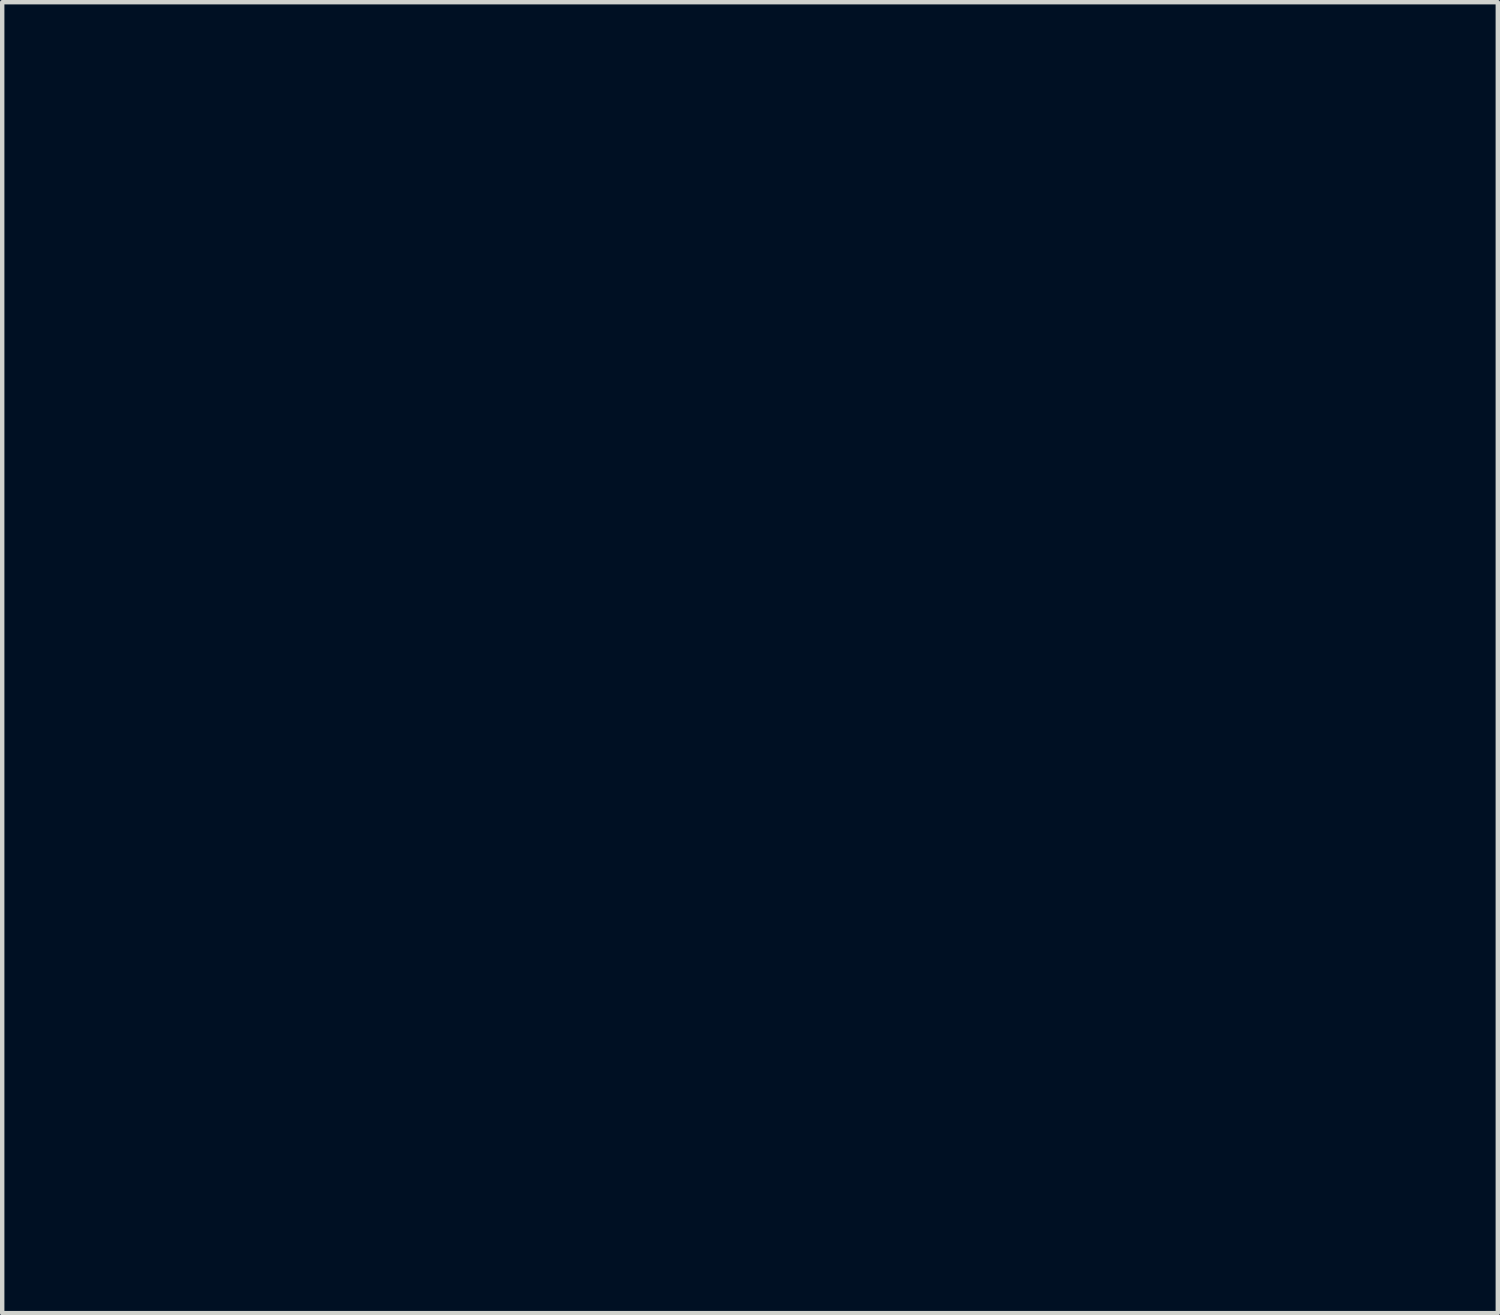
<source format=kicad_pcb>
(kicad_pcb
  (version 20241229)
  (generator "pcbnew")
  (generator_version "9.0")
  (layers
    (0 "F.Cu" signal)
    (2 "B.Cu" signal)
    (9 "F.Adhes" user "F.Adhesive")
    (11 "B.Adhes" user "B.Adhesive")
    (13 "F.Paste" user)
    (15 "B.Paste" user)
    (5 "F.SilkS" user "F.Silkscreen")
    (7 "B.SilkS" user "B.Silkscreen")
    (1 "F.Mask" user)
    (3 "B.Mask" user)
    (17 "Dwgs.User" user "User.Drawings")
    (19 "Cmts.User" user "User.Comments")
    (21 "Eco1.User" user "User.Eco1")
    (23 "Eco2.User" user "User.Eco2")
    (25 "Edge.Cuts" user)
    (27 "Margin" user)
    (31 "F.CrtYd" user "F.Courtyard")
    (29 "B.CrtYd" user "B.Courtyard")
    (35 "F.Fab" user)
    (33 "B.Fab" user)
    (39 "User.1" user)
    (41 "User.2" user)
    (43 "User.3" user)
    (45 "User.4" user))
  (footprint "amatelus73"
    (layer "F.Cu")
    (at 14.231 11.71)
    (property "Reference" "amatelus73" (at 0 0 0) (layer "F.Mask") (effects (font (size 1.524 1.524) (thickness 0.3))))
    (attr through_hole)
    (fp_poly (pts (xy 1.23 1.508) (xy 1.627 1.508) (xy 1.627 1.905) (xy 1.3 1.905) (xy 0.972 1.904) (xy 0.883 1.766) (xy 0.862 1.732) (xy 0.844 1.697) (xy 0.83 1.654) (xy 0.819 1.594) (xy 0.81 1.511) (xy 0.804 1.397) (xy 0.799 1.245) (xy 0.796 1.048) (xy 0.795 0.798) (xy 0.794 0.488) (xy 0.794 0.11) (xy 0.794 -0.158) (xy 0.794 -1.945) (xy 1.23 -1.945) (xy 1.23 1.508)) (stroke (width 0.01) (type solid)) (fill yes) (layer "F.Mask"))
    (fp_poly (pts (xy 10.795 -1.288) (xy 10.795 -1.053) (xy 10.792 -0.884) (xy 10.785 -0.765) (xy 10.772 -0.683) (xy 10.751 -0.623) (xy 10.719 -0.571) (xy 10.691 -0.533) (xy 10.587 -0.397) (xy 10.795 -0.397) (xy 10.795 1.905) (xy 9.287 1.905) (xy 9.287 1.508) (xy 10.358 1.508) (xy 10.358 -0.318) (xy 9.366 -0.318) (xy 9.366 -0.714) (xy 10.358 -0.714) (xy 10.358 -1.508) (xy 9.243 -1.508) (xy 9.255 -1.697) (xy 9.267 -1.885) (xy 10.031 -1.896) (xy 10.795 -1.907) (xy 10.795 -1.288)) (stroke (width 0.01) (type solid)) (fill yes) (layer "F.Mask"))
    (fp_poly (pts (xy -2.619 -1.111) (xy -2.064 -1.111) (xy -2.064 -0.714) (xy -2.619 -0.714) (xy -2.619 0.32) (xy -2.618 0.654) (xy -2.613 0.937) (xy -2.606 1.163) (xy -2.596 1.325) (xy -2.583 1.417) (xy -2.578 1.431) (xy -2.542 1.474) (xy -2.477 1.498) (xy -2.364 1.507) (xy -2.281 1.508) (xy -2.024 1.508) (xy -2.024 1.905) (xy -2.732 1.905) (xy -2.874 1.711) (xy -3.016 1.517) (xy -3.016 -0.714) (xy -3.373 -0.714) (xy -3.373 -1.111) (xy -3.016 -1.111) (xy -3.016 -1.865) (xy -2.619 -1.865) (xy -2.619 -1.111)) (stroke (width 0.01) (type solid)) (fill yes) (layer "F.Mask"))
    (fp_poly (pts (xy 2.66 0.208) (xy 2.661 0.511) (xy 2.664 0.789) (xy 2.669 1.032) (xy 2.675 1.231) (xy 2.682 1.374) (xy 2.69 1.451) (xy 2.693 1.461) (xy 2.76 1.496) (xy 2.893 1.501) (xy 2.901 1.501) (xy 3.076 1.488) (xy 3.273 1.131) (xy 3.471 0.774) (xy 3.484 -0.109) (xy 3.497 -0.992) (xy 3.889 -0.992) (xy 3.889 1.945) (xy 3.493 1.945) (xy 3.491 1.736) (xy 3.489 1.528) (xy 3.391 1.716) (xy 3.293 1.905) (xy 2.906 1.903) (xy 2.52 1.902) (xy 2.262 1.551) (xy 2.262 -0.992) (xy 2.659 -0.992) (xy 2.66 0.208)) (stroke (width 0.01) (type solid)) (fill yes) (layer "F.Mask"))
    (fp_poly (pts (xy -9.948 -1.38) (xy -9.722 -0.853) (xy -9.723 0.526) (xy -9.723 1.905) (xy -10.16 1.905) (xy -10.16 0.159) (xy -11.113 0.159) (xy -11.113 1.905) (xy -11.509 1.905) (xy -11.508 -0.552) (xy -11.113 -0.552) (xy -11.109 -0.415) (xy -11.099 -0.311) (xy -11.086 -0.265) (xy -11.038 -0.254) (xy -10.928 -0.245) (xy -10.772 -0.24) (xy -10.61 -0.238) (xy -10.16 -0.238) (xy -10.16 -0.532) (xy -10.166 -0.705) (xy -10.19 -0.851) (xy -10.239 -1.005) (xy -10.293 -1.137) (xy -10.425 -1.449) (xy -10.821 -1.472) (xy -10.967 -1.143) (xy -11.043 -0.959) (xy -11.088 -0.815) (xy -11.109 -0.679) (xy -11.113 -0.552) (xy -11.508 -0.552) (xy -11.508 -0.933) (xy -11.091 -1.885) (xy -10.633 -1.896) (xy -10.175 -1.907) (xy -9.948 -1.38)) (stroke (width 0.01) (type solid)) (fill yes) (layer "F.Mask"))
    (fp_poly (pts (xy 0.198 -0.563) (xy 0.198 0.437) (xy -1.072 0.437) (xy -1.072 0.741) (xy -1.069 0.903) (xy -1.054 1.018) (xy -1.018 1.116) (xy -0.953 1.229) (xy -0.923 1.276) (xy -0.774 1.507) (xy -0.327 1.508) (xy 0.119 1.508) (xy 0.119 1.945) (xy -0.946 1.945) (xy -1.207 1.568) (xy -1.468 1.191) (xy -1.468 -0.115) (xy -1.072 -0.115) (xy -1.072 0.082) (xy -0.179 0.06) (xy -0.167 -0.15) (xy -0.167 -0.293) (xy -0.193 -0.392) (xy -0.246 -0.475) (xy -0.3 -0.536) (xy -0.357 -0.571) (xy -0.441 -0.587) (xy -0.575 -0.593) (xy -0.621 -0.593) (xy -0.905 -0.595) (xy -0.988 -0.454) (xy -1.059 -0.26) (xy -1.072 -0.115) (xy -1.468 -0.115) (xy -1.468 -0.428) (xy -1.3 -0.708) (xy -1.131 -0.989) (xy -0.168 -0.992) (xy 0.198 -0.563)) (stroke (width 0.01) (type solid)) (fill yes) (layer "F.Mask"))
    (fp_poly (pts (xy 5.953 -0.598) (xy 5.467 -0.587) (xy 4.981 -0.575) (xy 4.969 -0.304) (xy 4.969 -0.137) (xy 4.985 -0.019) (xy 5.004 0.023) (xy 5.06 0.055) (xy 5.173 0.073) (xy 5.353 0.079) (xy 5.381 0.079) (xy 5.711 0.079) (xy 5.912 0.327) (xy 6.112 0.574) (xy 6.112 1.364) (xy 5.923 1.654) (xy 5.735 1.944) (xy 4.604 1.945) (xy 4.604 1.548) (xy 5.078 1.548) (xy 5.307 1.546) (xy 5.468 1.532) (xy 5.574 1.497) (xy 5.636 1.428) (xy 5.665 1.315) (xy 5.674 1.147) (xy 5.674 0.993) (xy 5.671 0.783) (xy 5.655 0.639) (xy 5.616 0.549) (xy 5.542 0.5) (xy 5.424 0.48) (xy 5.251 0.476) (xy 5.234 0.476) (xy 4.901 0.475) (xy 4.713 0.248) (xy 4.617 0.13) (xy 4.561 0.043) (xy 4.534 -0.043) (xy 4.525 -0.157) (xy 4.524 -0.278) (xy 4.526 -0.432) (xy 4.538 -0.534) (xy 4.57 -0.615) (xy 4.633 -0.7) (xy 4.706 -0.785) (xy 4.888 -0.992) (xy 5.953 -0.992) (xy 5.953 -0.598)) (stroke (width 0.01) (type solid)) (fill yes) (layer "F.Mask"))
    (fp_poly (pts (xy 8.493 -1.182) (xy 8.103 -0.641) (xy 7.972 -0.459) (xy 7.856 -0.297) (xy 7.765 -0.169) (xy 7.707 -0.085) (xy 7.689 -0.058) (xy 7.679 -0.007) (xy 7.664 0.11) (xy 7.646 0.281) (xy 7.626 0.493) (xy 7.606 0.733) (xy 7.603 0.775) (xy 7.582 1.03) (xy 7.562 1.269) (xy 7.544 1.475) (xy 7.529 1.635) (xy 7.519 1.732) (xy 7.518 1.736) (xy 7.496 1.905) (xy 7.3 1.905) (xy 7.183 1.901) (xy 7.125 1.884) (xy 7.106 1.844) (xy 7.104 1.812) (xy 7.107 1.739) (xy 7.117 1.603) (xy 7.131 1.42) (xy 7.148 1.202) (xy 7.168 0.962) (xy 7.189 0.713) (xy 7.211 0.469) (xy 7.232 0.242) (xy 7.25 0.047) (xy 7.265 -0.105) (xy 7.276 -0.198) (xy 7.28 -0.222) (xy 7.308 -0.268) (xy 7.374 -0.366) (xy 7.471 -0.504) (xy 7.59 -0.67) (xy 7.676 -0.789) (xy 7.805 -0.97) (xy 7.915 -1.135) (xy 7.998 -1.269) (xy 8.047 -1.36) (xy 8.057 -1.39) (xy 8.053 -1.419) (xy 8.034 -1.44) (xy 7.988 -1.454) (xy 7.905 -1.462) (xy 7.774 -1.467) (xy 7.582 -1.468) (xy 7.402 -1.468) (xy 6.747 -1.468) (xy 6.747 -1.865) (xy 8.493 -1.865) (xy 8.493 -1.182)) (stroke (width 0.01) (type solid)) (fill yes) (layer "F.Mask"))
    (fp_poly (pts (xy -4.925 -0.992) (xy -4.425 -0.992) (xy -4.296 -0.64) (xy -4.23 -0.446) (xy -4.19 -0.287) (xy -4.172 -0.128) (xy -4.167 0.064) (xy -4.159 0.248) (xy -4.136 0.49) (xy -4.101 0.768) (xy -4.056 1.061) (xy -4.048 1.111) (xy -4.01 1.341) (xy -3.976 1.546) (xy -3.951 1.714) (xy -3.934 1.829) (xy -3.93 1.875) (xy -3.945 1.92) (xy -4.005 1.94) (xy -4.104 1.945) (xy -4.279 1.945) (xy -4.325 1.657) (xy -4.36 1.446) (xy -4.388 1.311) (xy -4.416 1.25) (xy -4.45 1.261) (xy -4.494 1.342) (xy -4.556 1.49) (xy -4.584 1.559) (xy -4.736 1.945) (xy -5.127 1.945) (xy -5.307 1.944) (xy -5.423 1.938) (xy -5.492 1.924) (xy -5.529 1.9) (xy -5.55 1.861) (xy -5.552 1.855) (xy -5.638 1.626) (xy -5.701 1.448) (xy -5.744 1.303) (xy -5.771 1.168) (xy -5.787 1.025) (xy -5.793 0.852) (xy -5.795 0.629) (xy -5.795 0.504) (xy -5.795 -0.1) (xy -5.402 -0.1) (xy -5.389 0.575) (xy -5.382 0.842) (xy -5.372 1.043) (xy -5.359 1.191) (xy -5.34 1.298) (xy -5.315 1.379) (xy -5.306 1.401) (xy -5.254 1.497) (xy -5.201 1.538) (xy -5.117 1.542) (xy -5.095 1.54) (xy -5.036 1.533) (xy -4.991 1.515) (xy -4.951 1.475) (xy -4.907 1.399) (xy -4.851 1.277) (xy -4.775 1.095) (xy -4.759 1.056) (xy -4.679 0.86) (xy -4.624 0.713) (xy -4.59 0.595) (xy -4.572 0.481) (xy -4.565 0.349) (xy -4.564 0.176) (xy -4.564 0.163) (xy -4.571 -0.098) (xy -4.593 -0.296) (xy -4.631 -0.446) (xy -4.699 -0.635) (xy -5.152 -0.635) (xy -5.402 -0.1) (xy -5.795 -0.1) (xy -5.795 -0.179) (xy -5.61 -0.585) (xy -5.424 -0.992) (xy -4.925 -0.992)) (stroke (width 0.01) (type solid)) (fill yes) (layer "F.Mask"))
    (fp_poly (pts (xy -8.821 -1.024) (xy -8.632 -1.012) (xy -8.637 -0.853) (xy -8.637 -0.759) (xy -8.628 -0.736) (xy -8.605 -0.775) (xy -8.601 -0.783) (xy -8.545 -0.859) (xy -8.497 -0.89) (xy -8.4 -0.914) (xy -8.273 -0.939) (xy -8.138 -0.963) (xy -8.019 -0.981) (xy -7.94 -0.989) (xy -7.921 -0.988) (xy -7.897 -0.947) (xy -7.85 -0.857) (xy -7.809 -0.776) (xy -7.71 -0.579) (xy -7.629 -0.736) (xy -7.587 -0.812) (xy -7.544 -0.862) (xy -7.48 -0.895) (xy -7.377 -0.923) (xy -7.215 -0.954) (xy -7.204 -0.956) (xy -7.063 -0.984) (xy -6.964 -1) (xy -6.893 -0.996) (xy -6.836 -0.961) (xy -6.778 -0.889) (xy -6.707 -0.769) (xy -6.607 -0.593) (xy -6.592 -0.567) (xy -6.428 -0.282) (xy -6.449 1.925) (xy -6.638 1.937) (xy -6.826 1.949) (xy -6.826 0.894) (xy -6.826 0.577) (xy -6.828 0.329) (xy -6.83 0.139) (xy -6.836 -0.003) (xy -6.845 -0.108) (xy -6.858 -0.186) (xy -6.876 -0.248) (xy -6.9 -0.305) (xy -6.925 -0.356) (xy -6.991 -0.481) (xy -7.042 -0.55) (xy -7.096 -0.575) (xy -7.174 -0.572) (xy -7.212 -0.566) (xy -7.307 -0.535) (xy -7.385 -0.46) (xy -7.44 -0.376) (xy -7.471 -0.322) (xy -7.494 -0.271) (xy -7.512 -0.212) (xy -7.525 -0.135) (xy -7.533 -0.028) (xy -7.537 0.118) (xy -7.54 0.314) (xy -7.541 0.571) (xy -7.541 0.811) (xy -7.541 1.826) (xy -7.938 1.826) (xy -7.938 0.832) (xy -7.938 0.526) (xy -7.939 0.288) (xy -7.942 0.107) (xy -7.948 -0.028) (xy -7.958 -0.127) (xy -7.972 -0.201) (xy -7.992 -0.263) (xy -8.019 -0.322) (xy -8.037 -0.359) (xy -8.106 -0.478) (xy -8.166 -0.538) (xy -8.233 -0.556) (xy -8.235 -0.556) (xy -8.293 -0.544) (xy -8.344 -0.5) (xy -8.402 -0.408) (xy -8.463 -0.288) (xy -8.592 -0.02) (xy -8.612 0.953) (xy -8.632 1.925) (xy -8.821 1.937) (xy -9.009 1.949) (xy -9.009 -1.036) (xy -8.821 -1.024)) (stroke (width 0.01) (type solid)) (fill yes) (layer "F.Mask"))
    (fp_poly (pts (xy 8.124 2.947) (xy 13.752 2.957) (xy 13.553 3.076) (xy 13.355 3.195) (xy 9.909 3.215) (xy 6.462 3.235) (xy 6.914 3.612) (xy 7.246 3.888) (xy 7.582 4.169) (xy 7.917 4.45) (xy 8.245 4.724) (xy 8.56 4.988) (xy 8.855 5.236) (xy 9.125 5.463) (xy 9.362 5.663) (xy 9.562 5.831) (xy 9.717 5.963) (xy 9.822 6.053) (xy 9.862 6.088) (xy 10.021 6.231) (xy 9.704 6.116) (xy 9.585 6.072) (xy 9.425 6.013) (xy 9.221 5.935) (xy 8.967 5.838) (xy 8.661 5.72) (xy 8.298 5.579) (xy 7.873 5.414) (xy 7.383 5.224) (xy 6.823 5.006) (xy 6.787 4.992) (xy 6.167 4.751) (xy 5.617 4.537) (xy 5.134 4.349) (xy 4.713 4.186) (xy 4.351 4.046) (xy 4.043 3.927) (xy 3.787 3.829) (xy 3.579 3.75) (xy 3.414 3.688) (xy 3.288 3.642) (xy 3.199 3.611) (xy 3.142 3.592) (xy 3.113 3.586) (xy 3.108 3.586) (xy 3.118 3.627) (xy 3.154 3.738) (xy 3.216 3.919) (xy 3.302 4.164) (xy 3.411 4.471) (xy 3.543 4.838) (xy 3.695 5.26) (xy 3.867 5.736) (xy 4.059 6.261) (xy 4.268 6.833) (xy 4.493 7.449) (xy 4.563 7.64) (xy 4.785 8.246) (xy 4.98 8.781) (xy 5.148 9.244) (xy 5.289 9.636) (xy 5.402 9.956) (xy 5.489 10.203) (xy 5.547 10.377) (xy 5.578 10.477) (xy 5.582 10.504) (xy 5.572 10.498) (xy 5.546 10.47) (xy 5.5 10.419) (xy 5.434 10.34) (xy 5.344 10.232) (xy 5.228 10.09) (xy 5.083 9.912) (xy 4.907 9.695) (xy 4.697 9.436) (xy 4.452 9.132) (xy 4.168 8.779) (xy 3.843 8.375) (xy 3.474 7.916) (xy 3.06 7.4) (xy 2.838 7.124) (xy 2.47 6.667) (xy 2.15 6.269) (xy 1.873 5.927) (xy 1.639 5.638) (xy 1.443 5.399) (xy 1.284 5.207) (xy 1.159 5.059) (xy 1.066 4.952) (xy 1.002 4.882) (xy 0.964 4.847) (xy 0.953 4.842) (xy 0.945 4.849) (xy 0.934 4.874) (xy 0.921 4.924) (xy 0.903 5.003) (xy 0.88 5.117) (xy 0.85 5.273) (xy 0.813 5.476) (xy 0.767 5.732) (xy 0.712 6.047) (xy 0.645 6.426) (xy 0.567 6.875) (xy 0.534 7.064) (xy 0.429 7.668) (xy 0.337 8.2) (xy 0.256 8.666) (xy 0.185 9.074) (xy 0.123 9.431) (xy 0.069 9.741) (xy 0.021 10.013) (xy -0.021 10.252) (xy -0.059 10.466) (xy -0.093 10.66) (xy -0.125 10.842) (xy -0.157 11.017) (xy -0.184 11.172) (xy -0.242 11.484) (xy -0.292 11.733) (xy -0.333 11.917) (xy -0.364 12.032) (xy -0.385 12.076) (xy -0.395 12.045) (xy -0.396 12.029) (xy -0.402 11.979) (xy -0.419 11.859) (xy -0.445 11.678) (xy -0.48 11.443) (xy -0.522 11.163) (xy -0.57 10.847) (xy -0.623 10.503) (xy -0.653 10.303) (xy -0.72 9.87) (xy -0.792 9.396) (xy -0.868 8.9) (xy -0.944 8.404) (xy -1.017 7.928) (xy -1.083 7.493) (xy -1.13 7.183) (xy -1.216 6.618) (xy -1.292 6.128) (xy -1.357 5.716) (xy -1.412 5.38) (xy -1.456 5.123) (xy -1.489 4.942) (xy -1.512 4.84) (xy -1.521 4.816) (xy -1.535 4.82) (xy -1.567 4.847) (xy -1.619 4.899) (xy -1.694 4.981) (xy -1.795 5.095) (xy -1.924 5.244) (xy -2.085 5.432) (xy -2.28 5.662) (xy -2.512 5.938) (xy -2.784 6.261) (xy -3.098 6.637) (xy -3.457 7.067) (xy -3.853 7.541) (xy -4.262 8.032) (xy -4.624 8.465) (xy -4.941 8.844) (xy -5.215 9.173) (xy -5.451 9.454) (xy -5.65 9.692) (xy -5.816 9.889) (xy -5.952 10.049) (xy -6.06 10.176) (xy -6.144 10.272) (xy -6.206 10.342) (xy -6.249 10.389) (xy -6.277 10.416) (xy -6.291 10.426) (xy -6.295 10.426) (xy -6.296 10.419) (xy -6.292 10.4) (xy -6.28 10.365) (xy -6.26 10.308) (xy -6.23 10.225) (xy -6.187 10.112) (xy -6.131 9.964) (xy -6.058 9.775) (xy -5.968 9.542) (xy -5.859 9.26) (xy -5.728 8.925) (xy -5.575 8.53) (xy -5.396 8.073) (xy -5.192 7.548) (xy -5.119 7.362) (xy -4.879 6.745) (xy -4.665 6.199) (xy -4.478 5.717) (xy -4.315 5.297) (xy -4.174 4.935) (xy -4.054 4.625) (xy -3.953 4.364) (xy -3.87 4.148) (xy -3.803 3.972) (xy -3.751 3.833) (xy -3.712 3.726) (xy -3.684 3.647) (xy -3.665 3.592) (xy -3.655 3.556) (xy -3.651 3.536) (xy -3.651 3.533) (xy -3.685 3.529) (xy -3.773 3.55) (xy -3.897 3.592) (xy -3.899 3.593) (xy -3.998 3.63) (xy -4.16 3.69) (xy -4.374 3.769) (xy -4.628 3.863) (xy -4.912 3.967) (xy -5.213 4.078) (xy -5.358 4.131) (xy -5.717 4.263) (xy -6.11 4.407) (xy -6.515 4.557) (xy -6.911 4.702) (xy -7.276 4.837) (xy -7.58 4.949) (xy -8.004 5.106) (xy -8.426 5.261) (xy -8.836 5.411) (xy -9.223 5.552) (xy -9.577 5.68) (xy -9.886 5.791) (xy -10.139 5.882) (xy -10.292 5.935) (xy -10.421 5.976) (xy -10.513 5.998) (xy -10.55 5.996) (xy -10.55 5.994) (xy -10.517 5.961) (xy -10.429 5.885) (xy -10.295 5.771) (xy -10.12 5.627) (xy -9.914 5.458) (xy -9.683 5.271) (xy -9.625 5.224) (xy -9.156 5.224) (xy -9.114 5.219) (xy -9.022 5.19) (xy -8.946 5.161) (xy -8.864 5.13) (xy -8.717 5.074) (xy -8.516 4.999) (xy -8.269 4.908) (xy -7.988 4.804) (xy -7.681 4.691) (xy -7.382 4.581) (xy -7.018 4.447) (xy -6.632 4.306) (xy -6.243 4.163) (xy -5.867 4.024) (xy -5.521 3.897) (xy -5.225 3.788) (xy -5.1 3.742) (xy -4.715 3.6) (xy -4.398 3.484) (xy -4.141 3.393) (xy -3.937 3.324) (xy -3.779 3.277) (xy -3.66 3.249) (xy -3.572 3.239) (xy -3.509 3.245) (xy -3.463 3.266) (xy -3.427 3.3) (xy -3.395 3.346) (xy -3.393 3.349) (xy -3.369 3.39) (xy -3.357 3.434) (xy -3.359 3.491) (xy -3.377 3.574) (xy -3.416 3.693) (xy -3.476 3.858) (xy -3.562 4.081) (xy -3.611 4.207) (xy -3.692 4.416) (xy -3.793 4.676) (xy -3.906 4.967) (xy -4.022 5.264) (xy -4.132 5.547) (xy -4.135 5.556) (xy -4.253 5.859) (xy -4.389 6.208) (xy -4.531 6.572) (xy -4.668 6.924) (xy -4.785 7.223) (xy -4.944 7.633) (xy -5.078 7.974) (xy -5.186 8.254) (xy -5.273 8.478) (xy -5.34 8.653) (xy -5.389 8.784) (xy -5.423 8.879) (xy -5.445 8.941) (xy -5.456 8.979) (xy -5.458 8.998) (xy -5.457 9.003) (xy -5.448 9.004) (xy -5.43 8.992) (xy -5.4 8.963) (xy -5.351 8.91) (xy -5.279 8.828) (xy -5.18 8.712) (xy -5.05 8.556) (xy -4.883 8.356) (xy -4.674 8.106) (xy -4.421 7.8) (xy -4.4 7.775) (xy -3.964 7.249) (xy -3.576 6.781) (xy -3.232 6.368) (xy -2.929 6.006) (xy -2.666 5.692) (xy -2.439 5.424) (xy -2.244 5.197) (xy -2.081 5.008) (xy -1.944 4.854) (xy -1.832 4.733) (xy -1.742 4.639) (xy -1.671 4.571) (xy -1.615 4.525) (xy -1.573 4.498) (xy -1.541 4.486) (xy -1.528 4.485) (xy -1.451 4.488) (xy -1.389 4.503) (xy -1.34 4.539) (xy -1.299 4.606) (xy -1.263 4.713) (xy -1.228 4.868) (xy -1.19 5.082) (xy -1.145 5.363) (xy -1.133 5.437) (xy -1.013 6.218) (xy -0.904 6.924) (xy -0.807 7.561) (xy -0.72 8.13) (xy -0.644 8.638) (xy -0.577 9.087) (xy -0.533 9.386) (xy -0.493 9.654) (xy -0.455 9.898) (xy -0.422 10.107) (xy -0.395 10.267) (xy -0.376 10.369) (xy -0.369 10.398) (xy -0.358 10.405) (xy -0.343 10.377) (xy -0.322 10.309) (xy -0.296 10.195) (xy -0.262 10.03) (xy -0.22 9.81) (xy -0.168 9.529) (xy -0.107 9.182) (xy -0.034 8.764) (xy 0.003 8.553) (xy 0.12 7.875) (xy 0.226 7.272) (xy 0.319 6.74) (xy 0.403 6.275) (xy 0.476 5.875) (xy 0.539 5.534) (xy 0.595 5.25) (xy 0.642 5.02) (xy 0.682 4.838) (xy 0.715 4.703) (xy 0.742 4.609) (xy 0.765 4.554) (xy 0.778 4.536) (xy 0.82 4.507) (xy 0.859 4.487) (xy 0.9 4.48) (xy 0.946 4.49) (xy 1.003 4.521) (xy 1.074 4.577) (xy 1.163 4.664) (xy 1.274 4.783) (xy 1.411 4.941) (xy 1.579 5.141) (xy 1.781 5.386) (xy 2.021 5.682) (xy 2.304 6.033) (xy 2.56 6.35) (xy 2.956 6.842) (xy 3.306 7.276) (xy 3.611 7.653) (xy 3.874 7.979) (xy 4.098 8.255) (xy 4.285 8.485) (xy 4.438 8.672) (xy 4.56 8.82) (xy 4.652 8.931) (xy 4.719 9.009) (xy 4.761 9.056) (xy 4.783 9.077) (xy 4.786 9.078) (xy 4.776 9.039) (xy 4.741 8.934) (xy 4.684 8.77) (xy 4.608 8.555) (xy 4.516 8.297) (xy 4.411 8.004) (xy 4.295 7.683) (xy 4.242 7.539) (xy 4.01 6.903) (xy 3.805 6.338) (xy 3.623 5.839) (xy 3.465 5.402) (xy 3.328 5.023) (xy 3.212 4.699) (xy 3.114 4.425) (xy 3.034 4.197) (xy 2.969 4.011) (xy 2.919 3.863) (xy 2.881 3.748) (xy 2.856 3.664) (xy 2.84 3.605) (xy 2.834 3.576) (xy 2.836 3.43) (xy 2.897 3.337) (xy 3.013 3.301) (xy 3.095 3.305) (xy 3.161 3.323) (xy 3.293 3.367) (xy 3.482 3.435) (xy 3.721 3.522) (xy 4.001 3.627) (xy 4.314 3.746) (xy 4.653 3.875) (xy 4.943 3.988) (xy 5.55 4.224) (xy 6.087 4.433) (xy 6.558 4.616) (xy 6.968 4.776) (xy 7.32 4.912) (xy 7.619 5.028) (xy 7.869 5.124) (xy 8.074 5.202) (xy 8.238 5.265) (xy 8.365 5.312) (xy 8.46 5.347) (xy 8.526 5.37) (xy 8.568 5.383) (xy 8.59 5.388) (xy 8.596 5.388) (xy 8.573 5.358) (xy 8.502 5.29) (xy 8.393 5.194) (xy 8.303 5.118) (xy 8.095 4.943) (xy 7.865 4.749) (xy 7.621 4.543) (xy 7.373 4.332) (xy 7.131 4.126) (xy 6.903 3.931) (xy 6.699 3.755) (xy 6.527 3.607) (xy 6.398 3.494) (xy 6.321 3.424) (xy 6.32 3.424) (xy 6.229 3.331) (xy 6.168 3.255) (xy 6.152 3.221) (xy 6.129 3.209) (xy 6.06 3.199) (xy 5.938 3.191) (xy 5.76 3.185) (xy 5.521 3.181) (xy 5.217 3.177) (xy 4.842 3.176) (xy 4.393 3.175) (xy 2.611 3.175) (xy 2.407 3.359) (xy 1.974 3.697) (xy 1.505 3.969) (xy 1.009 4.173) (xy 0.493 4.311) (xy -0.035 4.383) (xy -0.567 4.387) (xy -1.096 4.325) (xy -1.614 4.196) (xy -2.114 4) (xy -2.586 3.738) (xy -3.025 3.409) (xy -3.082 3.359) (xy -3.286 3.175) (xy -5.046 3.175) (xy -6.806 3.176) (xy -6.869 3.284) (xy -6.919 3.343) (xy -7.021 3.441) (xy -7.163 3.567) (xy -7.335 3.713) (xy -7.524 3.868) (xy -7.898 4.169) (xy -8.229 4.437) (xy -8.515 4.669) (xy -8.751 4.865) (xy -8.937 5.02) (xy -9.067 5.134) (xy -9.141 5.202) (xy -9.156 5.224) (xy -9.625 5.224) (xy -9.545 5.159) (xy -9.105 4.805) (xy -8.723 4.498) (xy -8.396 4.234) (xy -8.118 4.01) (xy -7.887 3.822) (xy -7.698 3.668) (xy -7.547 3.544) (xy -7.43 3.447) (xy -7.344 3.374) (xy -7.284 3.321) (xy -7.246 3.286) (xy -7.228 3.264) (xy -7.223 3.255) (xy -7.262 3.25) (xy -7.374 3.244) (xy -7.554 3.239) (xy -7.796 3.234) (xy -8.094 3.229) (xy -8.442 3.224) (xy -8.835 3.22) (xy -9.266 3.216) (xy -9.73 3.212) (xy -10.221 3.209) (xy -10.527 3.208) (xy -11.12 3.205) (xy -11.639 3.203) (xy -12.089 3.2) (xy -12.475 3.197) (xy -12.802 3.194) (xy -13.075 3.19) (xy -13.3 3.186) (xy -13.482 3.181) (xy -13.625 3.175) (xy -13.735 3.168) (xy -13.817 3.161) (xy -13.877 3.152) (xy -13.919 3.142) (xy -13.948 3.13) (xy -13.953 3.127) (xy -14.052 3.064) (xy -14.125 3.001) (xy -14.127 2.999) (xy -14.129 2.99) (xy -14.117 2.982) (xy -14.088 2.975) (xy -14.038 2.969) (xy -13.963 2.963) (xy -13.859 2.958) (xy -13.723 2.954) (xy -13.551 2.951) (xy -13.338 2.947) (xy -13.082 2.945) (xy -12.778 2.943) (xy -12.423 2.941) (xy -12.012 2.94) (xy -11.543 2.938) (xy -11.011 2.938) (xy -10.412 2.937) (xy -9.743 2.937) (xy -9 2.937) (xy -8.672 2.937) (xy -3.166 2.937) (xy -2.942 3.13) (xy -2.478 3.48) (xy -1.977 3.76) (xy -1.443 3.969) (xy -1.2 4.037) (xy -1.005 4.071) (xy -0.753 4.093) (xy -0.469 4.104) (xy -0.174 4.103) (xy 0.108 4.09) (xy 0.356 4.066) (xy 0.525 4.036) (xy 1.02 3.882) (xy 1.485 3.669) (xy 1.932 3.389) (xy 2.251 3.142) (xy 2.497 2.937) (xy 8.124 2.947)) (stroke (width 0.01) (type solid)) (fill yes) (layer "F.Mask"))
    (fp_poly (pts (xy -0.097 -11.699) (xy -0.088 -11.657) (xy -0.067 -11.544) (xy -0.037 -11.366) (xy 0.001 -11.13) (xy 0.047 -10.844) (xy 0.099 -10.515) (xy 0.157 -10.148) (xy 0.219 -9.752) (xy 0.284 -9.334) (xy 0.351 -8.9) (xy 0.419 -8.457) (xy 0.487 -8.012) (xy 0.553 -7.573) (xy 0.618 -7.146) (xy 0.678 -6.738) (xy 0.712 -6.509) (xy 0.784 -6.028) (xy 0.848 -5.607) (xy 0.905 -5.248) (xy 0.954 -4.955) (xy 0.994 -4.731) (xy 1.024 -4.579) (xy 1.045 -4.502) (xy 1.05 -4.493) (xy 1.091 -4.5) (xy 1.149 -4.543) (xy 1.186 -4.583) (xy 1.269 -4.68) (xy 1.396 -4.829) (xy 1.562 -5.026) (xy 1.764 -5.266) (xy 1.999 -5.545) (xy 2.261 -5.858) (xy 2.548 -6.201) (xy 2.856 -6.569) (xy 3.181 -6.958) (xy 3.52 -7.364) (xy 3.52 -7.364) (xy 3.857 -7.768) (xy 4.178 -8.154) (xy 4.482 -8.517) (xy 4.764 -8.854) (xy 5.02 -9.16) (xy 5.247 -9.43) (xy 5.442 -9.662) (xy 5.6 -9.849) (xy 5.719 -9.989) (xy 5.794 -10.076) (xy 5.822 -10.106) (xy 5.822 -10.106) (xy 5.813 -10.065) (xy 5.776 -9.955) (xy 5.715 -9.783) (xy 5.631 -9.554) (xy 5.525 -9.272) (xy 5.401 -8.945) (xy 5.26 -8.577) (xy 5.104 -8.173) (xy 4.935 -7.74) (xy 4.802 -7.402) (xy 4.732 -7.223) (xy 4.638 -6.981) (xy 4.523 -6.688) (xy 4.393 -6.354) (xy 4.251 -5.992) (xy 4.103 -5.612) (xy 3.952 -5.225) (xy 3.803 -4.843) (xy 3.66 -4.477) (xy 3.528 -4.138) (xy 3.411 -3.838) (xy 3.334 -3.639) (xy 3.27 -3.469) (xy 3.22 -3.328) (xy 3.19 -3.23) (xy 3.184 -3.193) (xy 3.218 -3.198) (xy 3.309 -3.225) (xy 3.46 -3.276) (xy 3.672 -3.349) (xy 3.947 -3.447) (xy 4.287 -3.569) (xy 4.692 -3.716) (xy 5.165 -3.889) (xy 5.707 -4.088) (xy 6.321 -4.314) (xy 6.945 -4.544) (xy 7.249 -4.657) (xy 7.572 -4.775) (xy 7.892 -4.893) (xy 8.188 -5.002) (xy 8.438 -5.093) (xy 8.513 -5.12) (xy 8.766 -5.213) (xy 9.033 -5.311) (xy 9.289 -5.406) (xy 9.506 -5.487) (xy 9.58 -5.515) (xy 9.753 -5.579) (xy 9.9 -5.628) (xy 10.004 -5.659) (xy 10.049 -5.666) (xy 10.031 -5.638) (xy 9.961 -5.569) (xy 9.847 -5.465) (xy 9.698 -5.334) (xy 9.524 -5.184) (xy 9.333 -5.023) (xy 9.134 -4.858) (xy 8.937 -4.698) (xy 8.75 -4.549) (xy 8.672 -4.489) (xy 8.5 -4.352) (xy 8.309 -4.195) (xy 8.138 -4.049) (xy 8.127 -4.039) (xy 7.99 -3.92) (xy 7.862 -3.813) (xy 7.763 -3.733) (xy 7.741 -3.717) (xy 7.587 -3.603) (xy 7.417 -3.474) (xy 7.245 -3.341) (xy 7.085 -3.214) (xy 6.949 -3.104) (xy 6.854 -3.023) (xy 6.816 -2.987) (xy 6.796 -2.962) (xy 6.791 -2.943) (xy 6.812 -2.928) (xy 6.866 -2.917) (xy 6.962 -2.908) (xy 7.111 -2.901) (xy 7.319 -2.893) (xy 7.596 -2.885) (xy 7.646 -2.884) (xy 7.855 -2.879) (xy 8.132 -2.874) (xy 8.468 -2.87) (xy 8.851 -2.866) (xy 9.271 -2.863) (xy 9.718 -2.861) (xy 10.179 -2.859) (xy 10.646 -2.858) (xy 10.962 -2.857) (xy 11.474 -2.857) (xy 11.912 -2.857) (xy 12.283 -2.856) (xy 12.592 -2.853) (xy 12.847 -2.849) (xy 13.052 -2.843) (xy 13.214 -2.835) (xy 13.34 -2.824) (xy 13.434 -2.81) (xy 13.504 -2.792) (xy 13.554 -2.77) (xy 13.592 -2.744) (xy 13.624 -2.713) (xy 13.65 -2.682) (xy 13.652 -2.673) (xy 13.641 -2.665) (xy 13.612 -2.658) (xy 13.562 -2.652) (xy 13.488 -2.646) (xy 13.385 -2.642) (xy 13.251 -2.637) (xy 13.08 -2.634) (xy 12.871 -2.63) (xy 12.618 -2.628) (xy 12.318 -2.626) (xy 11.967 -2.624) (xy 11.563 -2.622) (xy 11.1 -2.621) (xy 10.576 -2.62) (xy 9.986 -2.62) (xy 9.328 -2.62) (xy 8.596 -2.619) (xy 7.976 -2.619) (xy 2.25 -2.619) (xy 2.048 -2.772) (xy 1.578 -3.08) (xy 1.085 -3.312) (xy 0.567 -3.47) (xy 0.023 -3.552) (xy -0.548 -3.56) (xy -0.552 -3.56) (xy -1.06 -3.505) (xy -1.533 -3.39) (xy -1.986 -3.211) (xy -2.435 -2.962) (xy -2.628 -2.833) (xy -2.934 -2.619) (xy -14.226 -2.619) (xy -14.144 -2.702) (xy -14.05 -2.765) (xy -13.926 -2.815) (xy -13.907 -2.82) (xy -13.835 -2.827) (xy -13.694 -2.834) (xy -13.49 -2.84) (xy -13.234 -2.846) (xy -12.933 -2.85) (xy -12.597 -2.854) (xy -12.235 -2.856) (xy -11.946 -2.857) (xy -11.424 -2.858) (xy -10.904 -2.86) (xy -10.392 -2.863) (xy -9.895 -2.867) (xy -9.417 -2.873) (xy -8.966 -2.879) (xy -8.546 -2.885) (xy -8.165 -2.893) (xy -7.827 -2.9) (xy -7.54 -2.909) (xy -7.308 -2.917) (xy -7.139 -2.926) (xy -7.037 -2.935) (xy -7.009 -2.943) (xy -7.043 -2.975) (xy -7.131 -3.052) (xy -7.266 -3.168) (xy -7.441 -3.317) (xy -7.649 -3.492) (xy -7.882 -3.689) (xy -8.108 -3.878) (xy -8.573 -4.267) (xy -8.979 -4.607) (xy -9.329 -4.901) (xy -9.522 -5.064) (xy -9.078 -5.064) (xy -9.052 -5.036) (xy -8.971 -4.963) (xy -8.843 -4.85) (xy -8.672 -4.703) (xy -8.466 -4.527) (xy -8.231 -4.328) (xy -7.973 -4.112) (xy -7.895 -4.047) (xy -7.63 -3.824) (xy -7.385 -3.614) (xy -7.165 -3.424) (xy -6.978 -3.26) (xy -6.831 -3.127) (xy -6.729 -3.03) (xy -6.681 -2.978) (xy -6.678 -2.972) (xy -6.675 -2.957) (xy -6.672 -2.945) (xy -6.662 -2.934) (xy -6.641 -2.925) (xy -6.602 -2.917) (xy -6.541 -2.91) (xy -6.451 -2.905) (xy -6.327 -2.9) (xy -6.164 -2.895) (xy -5.957 -2.891) (xy -5.698 -2.887) (xy -5.384 -2.883) (xy -5.009 -2.879) (xy -4.566 -2.874) (xy -4.051 -2.868) (xy -3.908 -2.867) (xy -3.074 -2.857) (xy -2.797 -3.061) (xy -2.489 -3.261) (xy -2.131 -3.449) (xy -1.75 -3.613) (xy -1.449 -3.717) (xy -1.318 -3.755) (xy -1.204 -3.783) (xy -1.09 -3.803) (xy -0.961 -3.815) (xy -0.8 -3.822) (xy -0.592 -3.825) (xy -0.337 -3.825) (xy -0.069 -3.825) (xy 0.137 -3.821) (xy 0.296 -3.814) (xy 0.424 -3.802) (xy 0.537 -3.782) (xy 0.653 -3.753) (xy 0.774 -3.718) (xy 1.091 -3.607) (xy 1.421 -3.465) (xy 1.735 -3.305) (xy 2.008 -3.14) (xy 2.089 -3.084) (xy 2.314 -2.947) (xy 2.533 -2.878) (xy 2.77 -2.872) (xy 2.849 -2.881) (xy 2.881 -2.887) (xy 3.255 -2.887) (xy 3.293 -2.881) (xy 3.402 -2.875) (xy 3.574 -2.869) (xy 3.799 -2.865) (xy 4.07 -2.861) (xy 4.379 -2.859) (xy 4.716 -2.858) (xy 4.822 -2.857) (xy 5.225 -2.858) (xy 5.556 -2.859) (xy 5.82 -2.862) (xy 6.025 -2.866) (xy 6.177 -2.871) (xy 6.283 -2.879) (xy 6.349 -2.888) (xy 6.382 -2.9) (xy 6.39 -2.912) (xy 6.401 -2.946) (xy 6.438 -2.996) (xy 6.505 -3.067) (xy 6.608 -3.163) (xy 6.75 -3.287) (xy 6.937 -3.444) (xy 7.173 -3.638) (xy 7.463 -3.873) (xy 7.75 -4.104) (xy 7.989 -4.297) (xy 8.206 -4.473) (xy 8.395 -4.627) (xy 8.546 -4.754) (xy 8.655 -4.846) (xy 8.712 -4.897) (xy 8.719 -4.907) (xy 8.68 -4.898) (xy 8.578 -4.866) (xy 8.428 -4.815) (xy 8.243 -4.748) (xy 8.113 -4.701) (xy 7.559 -4.495) (xy 7.016 -4.294) (xy 6.49 -4.1) (xy 5.988 -3.915) (xy 5.517 -3.741) (xy 5.082 -3.581) (xy 4.689 -3.437) (xy 4.345 -3.311) (xy 4.057 -3.205) (xy 3.83 -3.123) (xy 3.67 -3.065) (xy 3.661 -3.062) (xy 3.497 -3.001) (xy 3.364 -2.946) (xy 3.279 -2.906) (xy 3.255 -2.887) (xy 2.881 -2.887) (xy 2.953 -2.901) (xy 2.985 -2.922) (xy 2.962 -2.944) (xy 2.927 -2.97) (xy 2.904 -3.008) (xy 2.895 -3.063) (xy 2.903 -3.143) (xy 2.927 -3.254) (xy 2.972 -3.403) (xy 3.038 -3.596) (xy 3.128 -3.841) (xy 3.242 -4.142) (xy 3.384 -4.508) (xy 3.453 -4.683) (xy 3.566 -4.974) (xy 3.683 -5.272) (xy 3.795 -5.56) (xy 3.895 -5.819) (xy 3.978 -6.032) (xy 4.008 -6.112) (xy 4.112 -6.381) (xy 4.226 -6.674) (xy 4.344 -6.978) (xy 4.463 -7.284) (xy 4.579 -7.581) (xy 4.688 -7.859) (xy 4.785 -8.107) (xy 4.867 -8.316) (xy 4.929 -8.473) (xy 4.968 -8.57) (xy 4.974 -8.582) (xy 5.009 -8.675) (xy 5.022 -8.727) (xy 5.02 -8.731) (xy 4.992 -8.702) (xy 4.918 -8.616) (xy 4.801 -8.479) (xy 4.646 -8.296) (xy 4.456 -8.071) (xy 4.236 -7.81) (xy 3.99 -7.517) (xy 3.721 -7.197) (xy 3.435 -6.855) (xy 3.22 -6.598) (xy 2.919 -6.238) (xy 2.63 -5.892) (xy 2.356 -5.566) (xy 2.104 -5.265) (xy 1.876 -4.995) (xy 1.678 -4.761) (xy 1.514 -4.567) (xy 1.389 -4.421) (xy 1.308 -4.327) (xy 1.281 -4.296) (xy 1.153 -4.18) (xy 1.044 -4.134) (xy 0.941 -4.154) (xy 0.876 -4.197) (xy 0.858 -4.21) (xy 0.843 -4.223) (xy 0.829 -4.241) (xy 0.815 -4.269) (xy 0.801 -4.313) (xy 0.784 -4.378) (xy 0.765 -4.47) (xy 0.742 -4.593) (xy 0.715 -4.753) (xy 0.682 -4.956) (xy 0.643 -5.206) (xy 0.596 -5.51) (xy 0.541 -5.871) (xy 0.477 -6.297) (xy 0.402 -6.791) (xy 0.337 -7.223) (xy 0.247 -7.814) (xy 0.169 -8.33) (xy 0.101 -8.775) (xy 0.042 -9.15) (xy -0.007 -9.46) (xy -0.047 -9.708) (xy -0.078 -9.897) (xy -0.102 -10.03) (xy -0.119 -10.111) (xy -0.129 -10.143) (xy -0.129 -10.144) (xy -0.14 -10.111) (xy -0.161 -10.011) (xy -0.191 -9.857) (xy -0.227 -9.66) (xy -0.268 -9.431) (xy -0.271 -9.414) (xy -0.316 -9.155) (xy -0.37 -8.84) (xy -0.431 -8.493) (xy -0.493 -8.136) (xy -0.553 -7.791) (xy -0.579 -7.64) (xy -0.639 -7.3) (xy -0.707 -6.908) (xy -0.78 -6.49) (xy -0.853 -6.072) (xy -0.921 -5.681) (xy -0.956 -5.479) (xy -1.009 -5.185) (xy -1.06 -4.913) (xy -1.108 -4.674) (xy -1.151 -4.479) (xy -1.185 -4.339) (xy -1.209 -4.264) (xy -1.212 -4.258) (xy -1.306 -4.181) (xy -1.387 -4.167) (xy -1.456 -4.179) (xy -1.53 -4.224) (xy -1.625 -4.311) (xy -1.739 -4.435) (xy -1.786 -4.489) (xy -1.829 -4.537) (xy -1.87 -4.585) (xy -1.914 -4.636) (xy -1.964 -4.696) (xy -2.025 -4.769) (xy -2.098 -4.859) (xy -2.19 -4.972) (xy -2.302 -5.112) (xy -2.44 -5.283) (xy -2.606 -5.49) (xy -2.805 -5.739) (xy -3.04 -6.032) (xy -3.315 -6.376) (xy -3.633 -6.774) (xy -3.839 -7.032) (xy -4.099 -7.357) (xy -4.345 -7.662) (xy -4.57 -7.942) (xy -4.773 -8.192) (xy -4.946 -8.405) (xy -5.088 -8.577) (xy -5.192 -8.702) (xy -5.254 -8.774) (xy -5.272 -8.791) (xy -5.266 -8.759) (xy -5.24 -8.673) (xy -5.192 -8.529) (xy -5.121 -8.325) (xy -5.027 -8.06) (xy -4.908 -7.731) (xy -4.765 -7.336) (xy -4.596 -6.872) (xy -4.4 -6.337) (xy -4.267 -5.973) (xy -4.132 -5.607) (xy -4.02 -5.302) (xy -3.925 -5.041) (xy -3.842 -4.811) (xy -3.764 -4.596) (xy -3.687 -4.383) (xy -3.606 -4.155) (xy -3.515 -3.9) (xy -3.448 -3.711) (xy -3.367 -3.467) (xy -3.32 -3.285) (xy -3.306 -3.153) (xy -3.325 -3.062) (xy -3.376 -3) (xy -3.408 -2.979) (xy -3.432 -2.967) (xy -3.457 -2.958) (xy -3.488 -2.954) (xy -3.531 -2.958) (xy -3.593 -2.971) (xy -3.678 -2.996) (xy -3.793 -3.035) (xy -3.944 -3.089) (xy -4.136 -3.16) (xy -4.375 -3.251) (xy -4.666 -3.363) (xy -5.017 -3.499) (xy -5.432 -3.66) (xy -5.735 -3.777) (xy -5.996 -3.879) (xy -6.268 -3.985) (xy -6.528 -4.087) (xy -6.754 -4.175) (xy -6.886 -4.228) (xy -7.339 -4.407) (xy -7.749 -4.567) (xy -8.112 -4.709) (xy -8.423 -4.829) (xy -8.679 -4.926) (xy -8.876 -4.998) (xy -9.008 -5.045) (xy -9.072 -5.064) (xy -9.078 -5.064) (xy -9.522 -5.064) (xy -9.626 -5.152) (xy -9.872 -5.361) (xy -10.071 -5.531) (xy -10.225 -5.664) (xy -10.336 -5.763) (xy -10.408 -5.829) (xy -10.442 -5.865) (xy -10.445 -5.874) (xy -10.41 -5.865) (xy -10.329 -5.837) (xy -10.199 -5.789) (xy -10.018 -5.722) (xy -9.783 -5.632) (xy -9.492 -5.521) (xy -9.144 -5.387) (xy -8.735 -5.229) (xy -8.265 -5.046) (xy -7.73 -4.838) (xy -7.128 -4.603) (xy -6.457 -4.341) (xy -5.715 -4.051) (xy -5.536 -3.981) (xy -5.166 -3.836) (xy -4.816 -3.701) (xy -4.495 -3.577) (xy -4.21 -3.468) (xy -3.967 -3.375) (xy -3.773 -3.303) (xy -3.635 -3.253) (xy -3.561 -3.228) (xy -3.55 -3.225) (xy -3.56 -3.264) (xy -3.592 -3.361) (xy -3.642 -3.503) (xy -3.695 -3.651) (xy -3.766 -3.845) (xy -3.855 -4.086) (xy -3.95 -4.347) (xy -4.043 -4.601) (xy -4.066 -4.663) (xy -4.204 -5.043) (xy -4.36 -5.471) (xy -4.527 -5.927) (xy -4.698 -6.394) (xy -4.865 -6.851) (xy -5.022 -7.281) (xy -5.162 -7.664) (xy -5.219 -7.818) (xy -5.393 -8.296) (xy -5.543 -8.705) (xy -5.668 -9.049) (xy -5.772 -9.335) (xy -5.857 -9.568) (xy -5.923 -9.752) (xy -5.973 -9.893) (xy -6.01 -9.997) (xy -6.034 -10.068) (xy -6.048 -10.113) (xy -6.05 -10.12) (xy -6.077 -10.22) (xy -6.005 -10.135) (xy -5.97 -10.092) (xy -5.889 -9.991) (xy -5.766 -9.838) (xy -5.604 -9.637) (xy -5.407 -9.392) (xy -5.178 -9.107) (xy -4.922 -8.788) (xy -4.642 -8.439) (xy -4.341 -8.064) (xy -4.024 -7.668) (xy -3.694 -7.257) (xy -3.365 -6.847) (xy -3.049 -6.454) (xy -2.751 -6.084) (xy -2.474 -5.74) (xy -2.222 -5.428) (xy -1.997 -5.151) (xy -1.805 -4.914) (xy -1.647 -4.721) (xy -1.529 -4.576) (xy -1.453 -4.485) (xy -1.422 -4.452) (xy -1.422 -4.452) (xy -1.39 -4.458) (xy -1.389 -4.462) (xy -1.382 -4.508) (xy -1.363 -4.624) (xy -1.333 -4.804) (xy -1.293 -5.038) (xy -1.245 -5.321) (xy -1.189 -5.643) (xy -1.128 -5.998) (xy -1.062 -6.378) (xy -0.993 -6.775) (xy -0.922 -7.182) (xy -0.85 -7.591) (xy -0.779 -7.994) (xy -0.754 -8.136) (xy -0.687 -8.517) (xy -0.615 -8.933) (xy -0.54 -9.36) (xy -0.468 -9.777) (xy -0.401 -10.163) (xy -0.344 -10.496) (xy -0.337 -10.537) (xy -0.28 -10.875) (xy -0.233 -11.143) (xy -0.197 -11.347) (xy -0.169 -11.497) (xy -0.147 -11.6) (xy -0.131 -11.664) (xy -0.118 -11.696) (xy -0.107 -11.705) (xy -0.097 -11.699)) (stroke (width 0.01) (type solid)) (fill yes) (layer "F.Mask")))
  (gr_rect
    (start -3 -3)
    (end 30.987 26.791)
    (stroke (width 0.1) (type default))
    (fill no)
    (layer "Edge.Cuts")))
</source>
